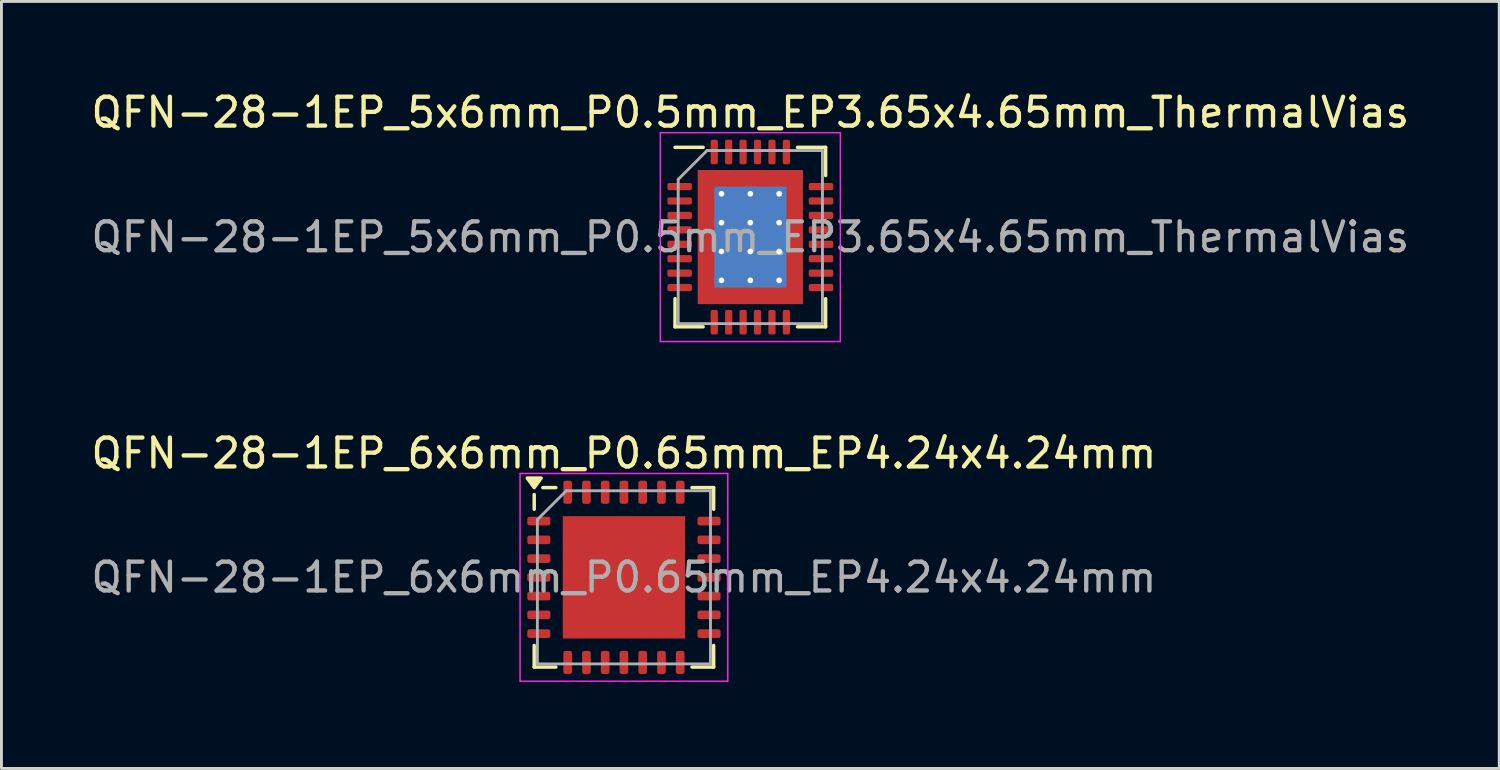
<source format=kicad_pcb>
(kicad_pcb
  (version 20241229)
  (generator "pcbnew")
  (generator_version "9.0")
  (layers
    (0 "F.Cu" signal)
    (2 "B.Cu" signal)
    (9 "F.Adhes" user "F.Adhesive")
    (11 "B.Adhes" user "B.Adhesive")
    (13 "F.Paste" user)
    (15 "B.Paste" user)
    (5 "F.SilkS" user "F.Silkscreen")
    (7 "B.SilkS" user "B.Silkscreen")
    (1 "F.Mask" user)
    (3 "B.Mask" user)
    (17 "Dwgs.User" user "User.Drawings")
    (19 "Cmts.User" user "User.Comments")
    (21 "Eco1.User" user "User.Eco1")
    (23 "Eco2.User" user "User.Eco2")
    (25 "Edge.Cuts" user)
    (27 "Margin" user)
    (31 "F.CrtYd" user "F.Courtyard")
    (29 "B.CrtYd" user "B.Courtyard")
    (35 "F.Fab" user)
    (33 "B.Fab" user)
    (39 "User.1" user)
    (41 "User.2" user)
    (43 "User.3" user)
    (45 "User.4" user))
  (footprint "QFN-28-1EP_6x6mm_P0.65mm_EP4.24x4.24mm"
    (layer "F.Cu")
    (at 18.577 16.962)
    (property "Reference" "QFN-28-1EP_6x6mm_P0.65mm_EP4.24x4.24mm" (at 0 -4.3 0) (layer "F.SilkS") (effects (font (size 1 1) (thickness 0.15))))
    (attr smd)
    (fp_line (start -3.11 -2.36) (end -3.11 -2.87) (stroke (width 0.12) (type solid)) (layer "F.SilkS"))
    (fp_line (start -3.11 3.11) (end -3.11 2.36) (stroke (width 0.12) (type solid)) (layer "F.SilkS"))
    (fp_line (start -2.36 -3.11) (end -2.81 -3.11) (stroke (width 0.12) (type solid)) (layer "F.SilkS"))
    (fp_line (start -2.36 3.11) (end -3.11 3.11) (stroke (width 0.12) (type solid)) (layer "F.SilkS"))
    (fp_line (start 2.36 -3.11) (end 3.11 -3.11) (stroke (width 0.12) (type solid)) (layer "F.SilkS"))
    (fp_line (start 2.36 3.11) (end 3.11 3.11) (stroke (width 0.12) (type solid)) (layer "F.SilkS"))
    (fp_line (start 3.11 -3.11) (end 3.11 -2.36) (stroke (width 0.12) (type solid)) (layer "F.SilkS"))
    (fp_line (start 3.11 3.11) (end 3.11 2.36) (stroke (width 0.12) (type solid)) (layer "F.SilkS"))
    (fp_poly (pts (xy -3.11 -3.11) (xy -3.35 -3.44) (xy -2.87 -3.44) (xy -3.11 -3.11)) (stroke (width 0.12) (type solid)) (fill yes) (layer "F.SilkS"))
    (fp_line (start -3.6 -3.6) (end -3.6 3.6) (stroke (width 0.05) (type solid)) (layer "F.CrtYd"))
    (fp_line (start -3.6 3.6) (end 3.6 3.6) (stroke (width 0.05) (type solid)) (layer "F.CrtYd"))
    (fp_line (start 3.6 -3.6) (end -3.6 -3.6) (stroke (width 0.05) (type solid)) (layer "F.CrtYd"))
    (fp_line (start 3.6 3.6) (end 3.6 -3.6) (stroke (width 0.05) (type solid)) (layer "F.CrtYd"))
    (fp_line (start -3 -2) (end -2 -3) (stroke (width 0.1) (type solid)) (layer "F.Fab"))
    (fp_line (start -3 3) (end -3 -2) (stroke (width 0.1) (type solid)) (layer "F.Fab"))
    (fp_line (start -2 -3) (end 3 -3) (stroke (width 0.1) (type solid)) (layer "F.Fab"))
    (fp_line (start 3 -3) (end 3 3) (stroke (width 0.1) (type solid)) (layer "F.Fab"))
    (fp_line (start 3 3) (end -3 3) (stroke (width 0.1) (type solid)) (layer "F.Fab"))
    (fp_text user "${REFERENCE}" (at 0 0 0) (layer "F.Fab") (effects (font (size 1 1) (thickness 0.15))))
    (pad "" smd roundrect (at -1.06 -1.06) (size 1.71 1.71) (layers "F.Paste") (roundrect_rratio 0.146))
    (pad "" smd roundrect (at -1.06 1.06) (size 1.71 1.71) (layers "F.Paste") (roundrect_rratio 0.146))
    (pad "" smd roundrect (at 1.06 -1.06) (size 1.71 1.71) (layers "F.Paste") (roundrect_rratio 0.146))
    (pad "" smd roundrect (at 1.06 1.06) (size 1.71 1.71) (layers "F.Paste") (roundrect_rratio 0.146))
    (pad "1" smd roundrect (at -2.95 -1.95) (size 0.8 0.3) (layers "F.Cu" "F.Mask" "F.Paste") (roundrect_rratio 0.25))
    (pad "2" smd roundrect (at -2.95 -1.3) (size 0.8 0.3) (layers "F.Cu" "F.Mask" "F.Paste") (roundrect_rratio 0.25))
    (pad "3" smd roundrect (at -2.95 -0.65) (size 0.8 0.3) (layers "F.Cu" "F.Mask" "F.Paste") (roundrect_rratio 0.25))
    (pad "4" smd roundrect (at -2.95 0) (size 0.8 0.3) (layers "F.Cu" "F.Mask" "F.Paste") (roundrect_rratio 0.25))
    (pad "5" smd roundrect (at -2.95 0.65) (size 0.8 0.3) (layers "F.Cu" "F.Mask" "F.Paste") (roundrect_rratio 0.25))
    (pad "6" smd roundrect (at -2.95 1.3) (size 0.8 0.3) (layers "F.Cu" "F.Mask" "F.Paste") (roundrect_rratio 0.25))
    (pad "7" smd roundrect (at -2.95 1.95) (size 0.8 0.3) (layers "F.Cu" "F.Mask" "F.Paste") (roundrect_rratio 0.25))
    (pad "8" smd roundrect (at -1.95 2.95) (size 0.3 0.8) (layers "F.Cu" "F.Mask" "F.Paste") (roundrect_rratio 0.25))
    (pad "9" smd roundrect (at -1.3 2.95) (size 0.3 0.8) (layers "F.Cu" "F.Mask" "F.Paste") (roundrect_rratio 0.25))
    (pad "10" smd roundrect (at -0.65 2.95) (size 0.3 0.8) (layers "F.Cu" "F.Mask" "F.Paste") (roundrect_rratio 0.25))
    (pad "11" smd roundrect (at 0 2.95) (size 0.3 0.8) (layers "F.Cu" "F.Mask" "F.Paste") (roundrect_rratio 0.25))
    (pad "12" smd roundrect (at 0.65 2.95) (size 0.3 0.8) (layers "F.Cu" "F.Mask" "F.Paste") (roundrect_rratio 0.25))
    (pad "13" smd roundrect (at 1.3 2.95) (size 0.3 0.8) (layers "F.Cu" "F.Mask" "F.Paste") (roundrect_rratio 0.25))
    (pad "14" smd roundrect (at 1.95 2.95) (size 0.3 0.8) (layers "F.Cu" "F.Mask" "F.Paste") (roundrect_rratio 0.25))
    (pad "15" smd roundrect (at 2.95 1.95) (size 0.8 0.3) (layers "F.Cu" "F.Mask" "F.Paste") (roundrect_rratio 0.25))
    (pad "16" smd roundrect (at 2.95 1.3) (size 0.8 0.3) (layers "F.Cu" "F.Mask" "F.Paste") (roundrect_rratio 0.25))
    (pad "17" smd roundrect (at 2.95 0.65) (size 0.8 0.3) (layers "F.Cu" "F.Mask" "F.Paste") (roundrect_rratio 0.25))
    (pad "18" smd roundrect (at 2.95 0) (size 0.8 0.3) (layers "F.Cu" "F.Mask" "F.Paste") (roundrect_rratio 0.25))
    (pad "19" smd roundrect (at 2.95 -0.65) (size 0.8 0.3) (layers "F.Cu" "F.Mask" "F.Paste") (roundrect_rratio 0.25))
    (pad "20" smd roundrect (at 2.95 -1.3) (size 0.8 0.3) (layers "F.Cu" "F.Mask" "F.Paste") (roundrect_rratio 0.25))
    (pad "21" smd roundrect (at 2.95 -1.95) (size 0.8 0.3) (layers "F.Cu" "F.Mask" "F.Paste") (roundrect_rratio 0.25))
    (pad "22" smd roundrect (at 1.95 -2.95) (size 0.3 0.8) (layers "F.Cu" "F.Mask" "F.Paste") (roundrect_rratio 0.25))
    (pad "23" smd roundrect (at 1.3 -2.95) (size 0.3 0.8) (layers "F.Cu" "F.Mask" "F.Paste") (roundrect_rratio 0.25))
    (pad "24" smd roundrect (at 0.65 -2.95) (size 0.3 0.8) (layers "F.Cu" "F.Mask" "F.Paste") (roundrect_rratio 0.25))
    (pad "25" smd roundrect (at 0 -2.95) (size 0.3 0.8) (layers "F.Cu" "F.Mask" "F.Paste") (roundrect_rratio 0.25))
    (pad "26" smd roundrect (at -0.65 -2.95) (size 0.3 0.8) (layers "F.Cu" "F.Mask" "F.Paste") (roundrect_rratio 0.25))
    (pad "27" smd roundrect (at -1.3 -2.95) (size 0.3 0.8) (layers "F.Cu" "F.Mask" "F.Paste") (roundrect_rratio 0.25))
    (pad "28" smd roundrect (at -1.95 -2.95) (size 0.3 0.8) (layers "F.Cu" "F.Mask" "F.Paste") (roundrect_rratio 0.25))
    (pad "29" smd rect (at 0 0) (size 4.24 4.24) (property pad_prop_heatsink) (layers "F.Cu" "F.Mask")))
  (footprint "QFN-28-1EP_5x6mm_P0.5mm_EP3.65x4.65mm_ThermalVias"
    (layer "F.Cu")
    (at 22.958 5.168)
    (property "Reference" "QFN-28-1EP_5x6mm_P0.5mm_EP3.65x4.65mm_ThermalVias" (at 0 -4.32 0) (layer "F.SilkS") (effects (font (size 1 1) (thickness 0.15))))
    (attr smd)
    (fp_line (start -2.61 3.11) (end -2.61 2.135) (stroke (width 0.12) (type solid)) (layer "F.SilkS"))
    (fp_line (start -1.635 -3.11) (end -2.61 -3.11) (stroke (width 0.12) (type solid)) (layer "F.SilkS"))
    (fp_line (start -1.635 3.11) (end -2.61 3.11) (stroke (width 0.12) (type solid)) (layer "F.SilkS"))
    (fp_line (start 1.635 -3.11) (end 2.61 -3.11) (stroke (width 0.12) (type solid)) (layer "F.SilkS"))
    (fp_line (start 1.635 3.11) (end 2.61 3.11) (stroke (width 0.12) (type solid)) (layer "F.SilkS"))
    (fp_line (start 2.61 -3.11) (end 2.61 -2.135) (stroke (width 0.12) (type solid)) (layer "F.SilkS"))
    (fp_line (start 2.61 3.11) (end 2.61 2.135) (stroke (width 0.12) (type solid)) (layer "F.SilkS"))
    (fp_line (start -3.12 -3.62) (end -3.12 3.62) (stroke (width 0.05) (type solid)) (layer "F.CrtYd"))
    (fp_line (start -3.12 3.62) (end 3.12 3.62) (stroke (width 0.05) (type solid)) (layer "F.CrtYd"))
    (fp_line (start 3.12 -3.62) (end -3.12 -3.62) (stroke (width 0.05) (type solid)) (layer "F.CrtYd"))
    (fp_line (start 3.12 3.62) (end 3.12 -3.62) (stroke (width 0.05) (type solid)) (layer "F.CrtYd"))
    (fp_line (start -2.5 -2) (end -1.5 -3) (stroke (width 0.1) (type solid)) (layer "F.Fab"))
    (fp_line (start -2.5 3) (end -2.5 -2) (stroke (width 0.1) (type solid)) (layer "F.Fab"))
    (fp_line (start -1.5 -3) (end 2.5 -3) (stroke (width 0.1) (type solid)) (layer "F.Fab"))
    (fp_line (start 2.5 -3) (end 2.5 3) (stroke (width 0.1) (type solid)) (layer "F.Fab"))
    (fp_line (start 2.5 3) (end -2.5 3) (stroke (width 0.1) (type solid)) (layer "F.Fab"))
    (fp_text user "${REFERENCE}" (at 0 0 0) (layer "F.Fab") (effects (font (size 1 1) (thickness 0.15))))
    (pad "" smd custom (at -1.413 -1.913) (size 0.578 0.578) (layers "F.Paste") (options (anchor circle)) (primitives (gr_poly (pts (xy 0.246 0.174) (xy 0.174 0.246) (xy -0.246 0.246) (xy -0.246 -0.246) (xy 0.246 -0.246)) (width 0.174) (fill yes))))
    (pad "" smd custom (at -1.413 -1) (size 0.59 0.59) (layers "F.Paste") (options (anchor circle)) (primitives (gr_poly (pts (xy 0.258 -0.266) (xy 0.258 0.266) (xy 0.195 0.328) (xy -0.258 0.328) (xy -0.258 -0.328) (xy 0.195 -0.328)) (width 0.15) (fill yes))))
    (pad "" smd custom (at -1.413 0) (size 0.59 0.59) (layers "F.Paste") (options (anchor circle)) (primitives (gr_poly (pts (xy 0.258 -0.266) (xy 0.258 0.266) (xy 0.195 0.328) (xy -0.258 0.328) (xy -0.258 -0.328) (xy 0.195 -0.328)) (width 0.15) (fill yes))))
    (pad "" smd custom (at -1.413 1) (size 0.59 0.59) (layers "F.Paste") (options (anchor circle)) (primitives (gr_poly (pts (xy 0.258 -0.266) (xy 0.258 0.266) (xy 0.195 0.328) (xy -0.258 0.328) (xy -0.258 -0.328) (xy 0.195 -0.328)) (width 0.15) (fill yes))))
    (pad "" smd custom (at -1.413 1.913) (size 0.578 0.578) (layers "F.Paste") (options (anchor circle)) (primitives (gr_poly (pts (xy 0.246 -0.174) (xy 0.246 0.246) (xy -0.246 0.246) (xy -0.246 -0.246) (xy 0.174 -0.246)) (width 0.174) (fill yes))))
    (pad "" smd custom (at -0.5 -1.913) (size 0.59 0.59) (layers "F.Paste") (options (anchor circle)) (primitives (gr_poly (pts (xy 0.328 0.195) (xy 0.266 0.258) (xy -0.266 0.258) (xy -0.328 0.195) (xy -0.328 -0.258) (xy 0.328 -0.258)) (width 0.15) (fill yes))))
    (pad "" smd roundrect (at -0.5 -1) (size 0.806 0.806) (layers "F.Paste") (roundrect_rratio 0.25))
    (pad "" smd roundrect (at -0.5 0) (size 0.806 0.806) (layers "F.Paste") (roundrect_rratio 0.25))
    (pad "" smd roundrect (at -0.5 1) (size 0.806 0.806) (layers "F.Paste") (roundrect_rratio 0.25))
    (pad "" smd custom (at -0.5 1.913) (size 0.59 0.59) (layers "F.Paste") (options (anchor circle)) (primitives (gr_poly (pts (xy 0.328 -0.195) (xy 0.328 0.258) (xy -0.328 0.258) (xy -0.328 -0.195) (xy -0.266 -0.258) (xy 0.266 -0.258)) (width 0.15) (fill yes))))
    (pad "" smd custom (at 0.5 -1.913) (size 0.59 0.59) (layers "F.Paste") (options (anchor circle)) (primitives (gr_poly (pts (xy 0.328 0.195) (xy 0.266 0.258) (xy -0.266 0.258) (xy -0.328 0.195) (xy -0.328 -0.258) (xy 0.328 -0.258)) (width 0.15) (fill yes))))
    (pad "" smd roundrect (at 0.5 -1) (size 0.806 0.806) (layers "F.Paste") (roundrect_rratio 0.25))
    (pad "" smd roundrect (at 0.5 0) (size 0.806 0.806) (layers "F.Paste") (roundrect_rratio 0.25))
    (pad "" smd roundrect (at 0.5 1) (size 0.806 0.806) (layers "F.Paste") (roundrect_rratio 0.25))
    (pad "" smd custom (at 0.5 1.913) (size 0.59 0.59) (layers "F.Paste") (options (anchor circle)) (primitives (gr_poly (pts (xy 0.328 -0.195) (xy 0.328 0.258) (xy -0.328 0.258) (xy -0.328 -0.195) (xy -0.266 -0.258) (xy 0.266 -0.258)) (width 0.15) (fill yes))))
    (pad "" smd custom (at 1.413 -1.913) (size 0.578 0.578) (layers "F.Paste") (options (anchor circle)) (primitives (gr_poly (pts (xy 0.246 0.246) (xy -0.174 0.246) (xy -0.246 0.174) (xy -0.246 -0.246) (xy 0.246 -0.246)) (width 0.174) (fill yes))))
    (pad "" smd custom (at 1.413 -1) (size 0.59 0.59) (layers "F.Paste") (options (anchor circle)) (primitives (gr_poly (pts (xy 0.258 0.328) (xy -0.195 0.328) (xy -0.258 0.266) (xy -0.258 -0.266) (xy -0.195 -0.328) (xy 0.258 -0.328)) (width 0.15) (fill yes))))
    (pad "" smd custom (at 1.413 0) (size 0.59 0.59) (layers "F.Paste") (options (anchor circle)) (primitives (gr_poly (pts (xy 0.258 0.328) (xy -0.195 0.328) (xy -0.258 0.266) (xy -0.258 -0.266) (xy -0.195 -0.328) (xy 0.258 -0.328)) (width 0.15) (fill yes))))
    (pad "" smd custom (at 1.413 1) (size 0.59 0.59) (layers "F.Paste") (options (anchor circle)) (primitives (gr_poly (pts (xy 0.258 0.328) (xy -0.195 0.328) (xy -0.258 0.266) (xy -0.258 -0.266) (xy -0.195 -0.328) (xy 0.258 -0.328)) (width 0.15) (fill yes))))
    (pad "" smd custom (at 1.413 1.913) (size 0.578 0.578) (layers "F.Paste") (options (anchor circle)) (primitives (gr_poly (pts (xy 0.246 0.246) (xy -0.246 0.246) (xy -0.246 -0.174) (xy -0.174 -0.246) (xy 0.246 -0.246)) (width 0.174) (fill yes))))
    (pad "1" smd roundrect (at -2.45 -1.75) (size 0.85 0.25) (layers "F.Cu" "F.Mask" "F.Paste") (roundrect_rratio 0.25))
    (pad "2" smd roundrect (at -2.45 -1.25) (size 0.85 0.25) (layers "F.Cu" "F.Mask" "F.Paste") (roundrect_rratio 0.25))
    (pad "3" smd roundrect (at -2.45 -0.75) (size 0.85 0.25) (layers "F.Cu" "F.Mask" "F.Paste") (roundrect_rratio 0.25))
    (pad "4" smd roundrect (at -2.45 -0.25) (size 0.85 0.25) (layers "F.Cu" "F.Mask" "F.Paste") (roundrect_rratio 0.25))
    (pad "5" smd roundrect (at -2.45 0.25) (size 0.85 0.25) (layers "F.Cu" "F.Mask" "F.Paste") (roundrect_rratio 0.25))
    (pad "6" smd roundrect (at -2.45 0.75) (size 0.85 0.25) (layers "F.Cu" "F.Mask" "F.Paste") (roundrect_rratio 0.25))
    (pad "7" smd roundrect (at -2.45 1.25) (size 0.85 0.25) (layers "F.Cu" "F.Mask" "F.Paste") (roundrect_rratio 0.25))
    (pad "8" smd roundrect (at -2.45 1.75) (size 0.85 0.25) (layers "F.Cu" "F.Mask" "F.Paste") (roundrect_rratio 0.25))
    (pad "9" smd roundrect (at -1.25 2.95) (size 0.25 0.85) (layers "F.Cu" "F.Mask" "F.Paste") (roundrect_rratio 0.25))
    (pad "10" smd roundrect (at -0.75 2.95) (size 0.25 0.85) (layers "F.Cu" "F.Mask" "F.Paste") (roundrect_rratio 0.25))
    (pad "11" smd roundrect (at -0.25 2.95) (size 0.25 0.85) (layers "F.Cu" "F.Mask" "F.Paste") (roundrect_rratio 0.25))
    (pad "12" smd roundrect (at 0.25 2.95) (size 0.25 0.85) (layers "F.Cu" "F.Mask" "F.Paste") (roundrect_rratio 0.25))
    (pad "13" smd roundrect (at 0.75 2.95) (size 0.25 0.85) (layers "F.Cu" "F.Mask" "F.Paste") (roundrect_rratio 0.25))
    (pad "14" smd roundrect (at 1.25 2.95) (size 0.25 0.85) (layers "F.Cu" "F.Mask" "F.Paste") (roundrect_rratio 0.25))
    (pad "15" smd roundrect (at 2.45 1.75) (size 0.85 0.25) (layers "F.Cu" "F.Mask" "F.Paste") (roundrect_rratio 0.25))
    (pad "16" smd roundrect (at 2.45 1.25) (size 0.85 0.25) (layers "F.Cu" "F.Mask" "F.Paste") (roundrect_rratio 0.25))
    (pad "17" smd roundrect (at 2.45 0.75) (size 0.85 0.25) (layers "F.Cu" "F.Mask" "F.Paste") (roundrect_rratio 0.25))
    (pad "18" smd roundrect (at 2.45 0.25) (size 0.85 0.25) (layers "F.Cu" "F.Mask" "F.Paste") (roundrect_rratio 0.25))
    (pad "19" smd roundrect (at 2.45 -0.25) (size 0.85 0.25) (layers "F.Cu" "F.Mask" "F.Paste") (roundrect_rratio 0.25))
    (pad "20" smd roundrect (at 2.45 -0.75) (size 0.85 0.25) (layers "F.Cu" "F.Mask" "F.Paste") (roundrect_rratio 0.25))
    (pad "21" smd roundrect (at 2.45 -1.25) (size 0.85 0.25) (layers "F.Cu" "F.Mask" "F.Paste") (roundrect_rratio 0.25))
    (pad "22" smd roundrect (at 2.45 -1.75) (size 0.85 0.25) (layers "F.Cu" "F.Mask" "F.Paste") (roundrect_rratio 0.25))
    (pad "23" smd roundrect (at 1.25 -2.95) (size 0.25 0.85) (layers "F.Cu" "F.Mask" "F.Paste") (roundrect_rratio 0.25))
    (pad "24" smd roundrect (at 0.75 -2.95) (size 0.25 0.85) (layers "F.Cu" "F.Mask" "F.Paste") (roundrect_rratio 0.25))
    (pad "25" smd roundrect (at 0.25 -2.95) (size 0.25 0.85) (layers "F.Cu" "F.Mask" "F.Paste") (roundrect_rratio 0.25))
    (pad "26" smd roundrect (at -0.25 -2.95) (size 0.25 0.85) (layers "F.Cu" "F.Mask" "F.Paste") (roundrect_rratio 0.25))
    (pad "27" smd roundrect (at -0.75 -2.95) (size 0.25 0.85) (layers "F.Cu" "F.Mask" "F.Paste") (roundrect_rratio 0.25))
    (pad "28" smd roundrect (at -1.25 -2.95) (size 0.25 0.85) (layers "F.Cu" "F.Mask" "F.Paste") (roundrect_rratio 0.25))
    (pad "29" thru_hole circle (at -1 -1.5) (size 0.5 0.5) (drill 0.2) (layers "*.Cu"))
    (pad "29" thru_hole circle (at -1 -0.5) (size 0.5 0.5) (drill 0.2) (layers "*.Cu"))
    (pad "29" thru_hole circle (at -1 0.5) (size 0.5 0.5) (drill 0.2) (layers "*.Cu"))
    (pad "29" thru_hole circle (at -1 1.5) (size 0.5 0.5) (drill 0.2) (layers "*.Cu"))
    (pad "29" thru_hole circle (at 0 -1.5) (size 0.5 0.5) (drill 0.2) (layers "*.Cu"))
    (pad "29" thru_hole circle (at 0 -0.5) (size 0.5 0.5) (drill 0.2) (layers "*.Cu"))
    (pad "29" smd rect (at 0 0) (size 2.5 3.5) (layers "B.Cu"))
    (pad "29" smd rect (at 0 0) (size 3.65 4.65) (layers "F.Cu" "F.Mask"))
    (pad "29" thru_hole circle (at 0 0.5) (size 0.5 0.5) (drill 0.2) (layers "*.Cu"))
    (pad "29" thru_hole circle (at 0 1.5) (size 0.5 0.5) (drill 0.2) (layers "*.Cu"))
    (pad "29" thru_hole circle (at 1 -1.5) (size 0.5 0.5) (drill 0.2) (layers "*.Cu"))
    (pad "29" thru_hole circle (at 1 -0.5) (size 0.5 0.5) (drill 0.2) (layers "*.Cu"))
    (pad "29" thru_hole circle (at 1 0.5) (size 0.5 0.5) (drill 0.2) (layers "*.Cu"))
    (pad "29" thru_hole circle (at 1 1.5) (size 0.5 0.5) (drill 0.2) (layers "*.Cu")))
  (gr_rect
    (start -3 -3)
    (end 48.917 23.587)
    (stroke (width 0.1) (type default))
    (fill no)
    (layer "Edge.Cuts")))
</source>
